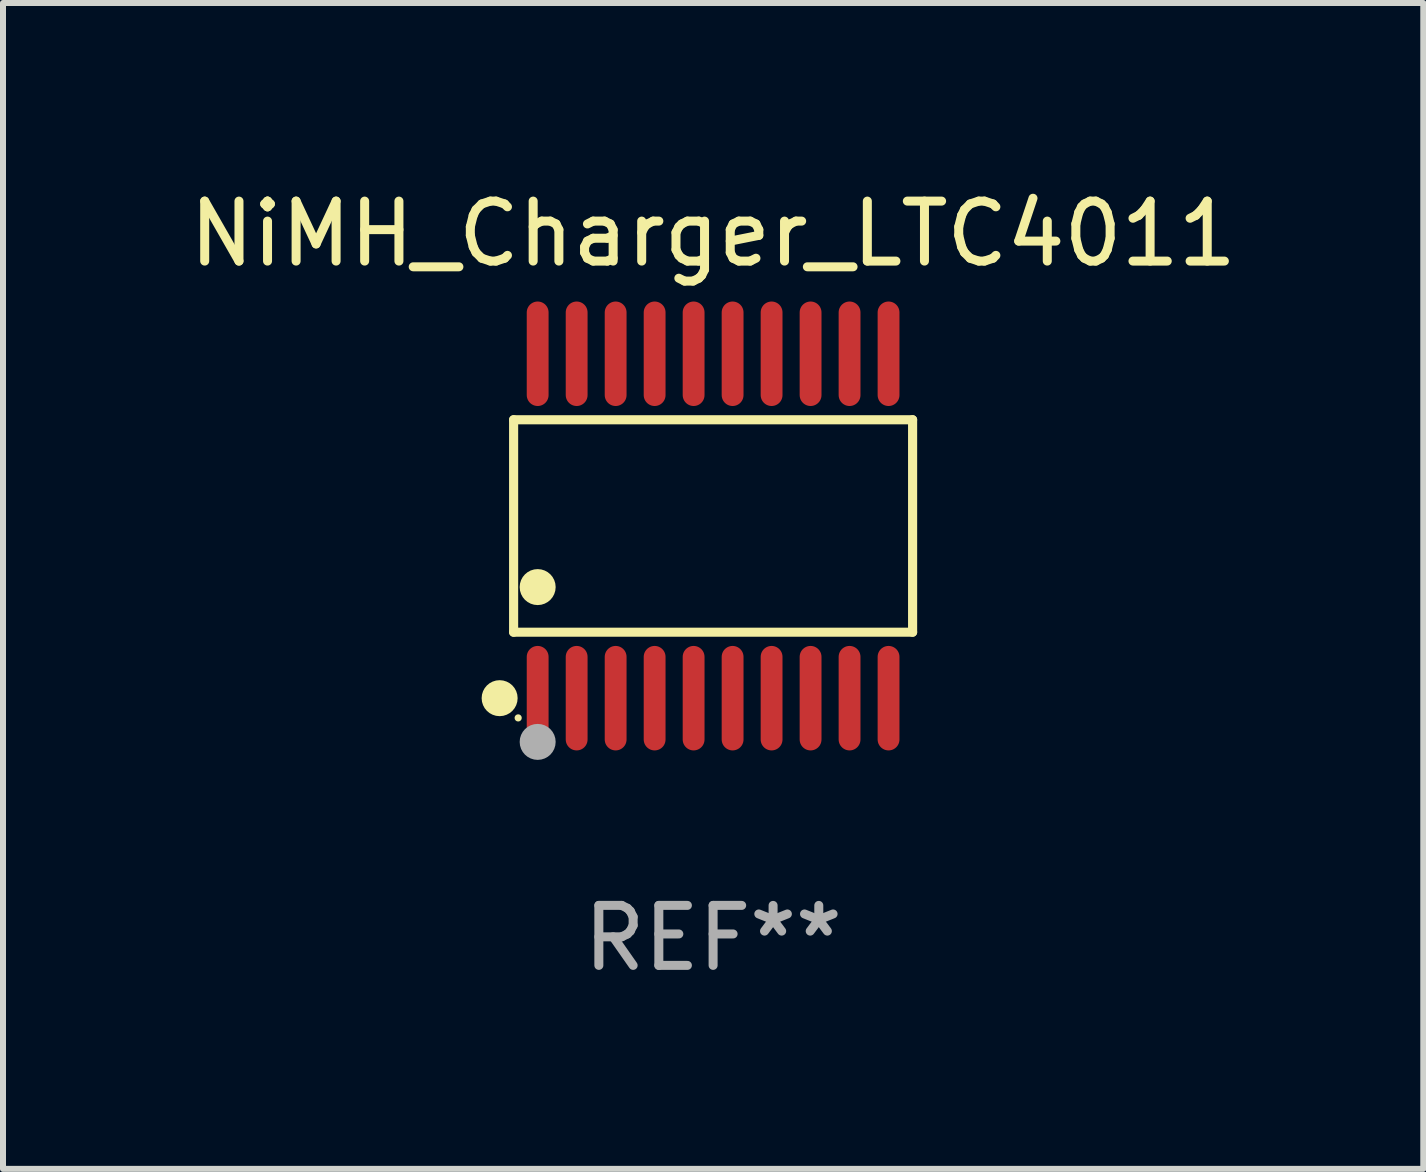
<source format=kicad_pcb>
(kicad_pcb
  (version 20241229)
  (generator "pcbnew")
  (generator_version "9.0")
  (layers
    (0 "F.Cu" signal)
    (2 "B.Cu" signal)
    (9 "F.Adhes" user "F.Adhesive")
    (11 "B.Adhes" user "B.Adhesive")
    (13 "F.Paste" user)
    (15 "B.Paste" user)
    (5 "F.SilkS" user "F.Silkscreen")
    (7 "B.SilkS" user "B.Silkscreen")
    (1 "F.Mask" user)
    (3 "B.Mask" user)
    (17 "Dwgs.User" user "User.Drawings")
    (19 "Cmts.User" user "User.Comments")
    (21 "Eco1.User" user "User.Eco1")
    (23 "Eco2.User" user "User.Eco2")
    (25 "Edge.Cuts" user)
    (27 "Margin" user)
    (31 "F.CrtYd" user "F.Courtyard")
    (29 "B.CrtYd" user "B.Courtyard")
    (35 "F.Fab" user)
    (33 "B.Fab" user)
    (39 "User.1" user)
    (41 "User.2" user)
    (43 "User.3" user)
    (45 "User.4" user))
  (footprint "NiMH_Charger_LTC4011"
    (layer "F.Cu")
    (at 8.839 5.719)
    (property "Reference" "NiMH_Charger_LTC4011" (at 0 -4.871 0) (layer "F.SilkS") (effects (font (size 1 1) (thickness 0.15))))
    (attr smd)
    (fp_line (start -3.326 -1.771) (end 3.326 -1.771) (stroke (width 0.152) (type solid)) (layer "F.SilkS"))
    (fp_line (start -3.326 1.771) (end -3.326 -1.771) (stroke (width 0.152) (type solid)) (layer "F.SilkS"))
    (fp_line (start 3.326 -1.771) (end 3.326 1.771) (stroke (width 0.152) (type solid)) (layer "F.SilkS"))
    (fp_line (start 3.326 1.771) (end -3.326 1.771) (stroke (width 0.152) (type solid)) (layer "F.SilkS"))
    (fp_circle (center -3.559 2.871) (end -3.409 2.871) (stroke (width 0.3) (type solid)) (fill no) (layer "F.SilkS"))
    (fp_circle (center -3.25 3.2) (end -3.22 3.2) (stroke (width 0.06) (type solid)) (fill no) (layer "F.SilkS"))
    (fp_circle (center -2.925 1.019) (end -2.775 1.019) (stroke (width 0.3) (type solid)) (fill no) (layer "F.SilkS"))
    (fp_circle (center -2.925 3.6) (end -2.775 3.6) (stroke (width 0.3) (type solid)) (fill no) (layer "F.Fab"))
    (fp_text user "REF**" (at 0 6.871 0) (layer "F.Fab") (effects (font (size 1 1) (thickness 0.15))))
    (pad "1" smd oval (at -2.925 2.871) (size 0.364 1.742) (layers "F.Cu" "F.Mask" "F.Paste"))
    (pad "2" smd oval (at -2.275 2.871) (size 0.364 1.742) (layers "F.Cu" "F.Mask" "F.Paste"))
    (pad "3" smd oval (at -1.625 2.871) (size 0.364 1.742) (layers "F.Cu" "F.Mask" "F.Paste"))
    (pad "4" smd oval (at -0.975 2.871) (size 0.364 1.742) (layers "F.Cu" "F.Mask" "F.Paste"))
    (pad "5" smd oval (at -0.325 2.871) (size 0.364 1.742) (layers "F.Cu" "F.Mask" "F.Paste"))
    (pad "6" smd oval (at 0.325 2.871) (size 0.364 1.742) (layers "F.Cu" "F.Mask" "F.Paste"))
    (pad "7" smd oval (at 0.975 2.871) (size 0.364 1.742) (layers "F.Cu" "F.Mask" "F.Paste"))
    (pad "8" smd oval (at 1.625 2.871) (size 0.364 1.742) (layers "F.Cu" "F.Mask" "F.Paste"))
    (pad "9" smd oval (at 2.275 2.871) (size 0.364 1.742) (layers "F.Cu" "F.Mask" "F.Paste"))
    (pad "10" smd oval (at 2.925 2.871) (size 0.364 1.742) (layers "F.Cu" "F.Mask" "F.Paste"))
    (pad "11" smd oval (at 2.925 -2.871) (size 0.364 1.742) (layers "F.Cu" "F.Mask" "F.Paste"))
    (pad "12" smd oval (at 2.275 -2.871) (size 0.364 1.742) (layers "F.Cu" "F.Mask" "F.Paste"))
    (pad "13" smd oval (at 1.625 -2.871) (size 0.364 1.742) (layers "F.Cu" "F.Mask" "F.Paste"))
    (pad "14" smd oval (at 0.975 -2.871) (size 0.364 1.742) (layers "F.Cu" "F.Mask" "F.Paste"))
    (pad "15" smd oval (at 0.325 -2.871) (size 0.364 1.742) (layers "F.Cu" "F.Mask" "F.Paste"))
    (pad "16" smd oval (at -0.325 -2.871) (size 0.364 1.742) (layers "F.Cu" "F.Mask" "F.Paste"))
    (pad "17" smd oval (at -0.975 -2.871) (size 0.364 1.742) (layers "F.Cu" "F.Mask" "F.Paste"))
    (pad "18" smd oval (at -1.625 -2.871) (size 0.364 1.742) (layers "F.Cu" "F.Mask" "F.Paste"))
    (pad "19" smd oval (at -2.275 -2.871) (size 0.364 1.742) (layers "F.Cu" "F.Mask" "F.Paste"))
    (pad "20" smd oval (at -2.925 -2.871) (size 0.364 1.742) (layers "F.Cu" "F.Mask" "F.Paste")))
  (gr_rect
    (start -3 -3)
    (end 20.679 16.438)
    (stroke (width 0.1) (type default))
    (fill no)
    (layer "Edge.Cuts")))
</source>
